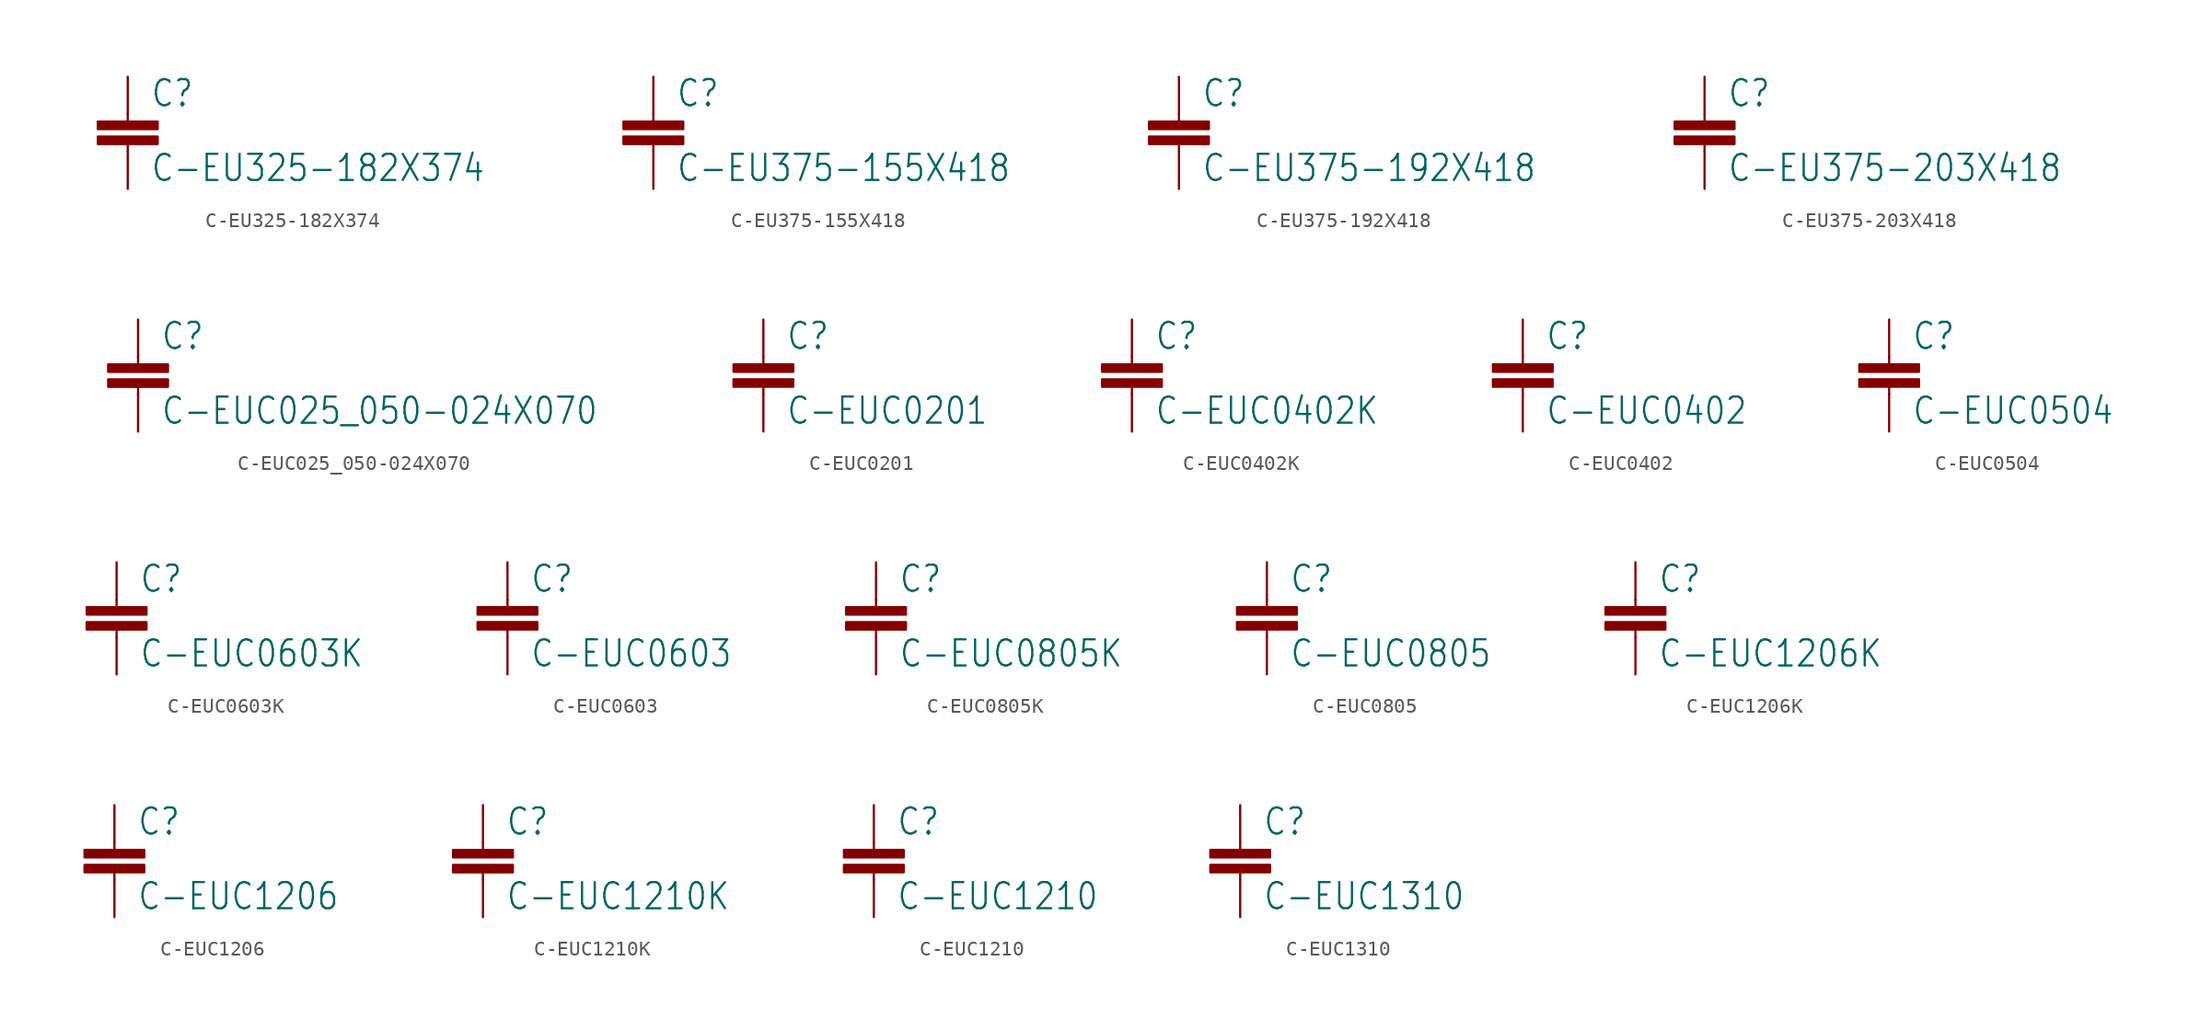
<source format=kicad_sym>
(kicad_symbol_lib
  (version 20200126)
  (host kicad_symbol_editor "5.99.0-unknown-aa7ce74~88~ubuntu18.04.1")
  (symbol "C-EU325-182X374"
    (property "Reference" "C"
      (at 1.524 0.381 0)
      (effects (font (size 1.778 1.511)) (justify left bottom)))
    (property "Value" "C-EU325-182X374"
      (at 1.524 -4.699 0)
      (effects (font (size 1.778 1.511)) (justify left bottom)))
    (property "ki_locked" ""
      (at 0 0 0)
      (effects (font (size 1.27 1.27))))
    (symbol "C-EU325-182X374_1_0"
      (rectangle (start -2.032 -2.032) (end 2.032 -1.524) (stroke (width 0)) (fill (type outline)))
      (rectangle (start -2.032 -1.016) (end 2.032 -0.508) (stroke (width 0)) (fill (type outline)))
      (polyline (pts (xy 0 0) (xy 0 -0.508)) (stroke (width 0.152)) (fill (type none)))
      (polyline (pts (xy 0 -2.54) (xy 0 -2.032)) (stroke (width 0.152)) (fill (type none)))
      (pin passive line (at 0 2.54 270) (length 2.54) (name "1" (effects (font (size 0 0)))) (number "1" (effects (font (size 0 0)))))
      (pin passive line (at 0 -5.08 90) (length 2.54) (name "2" (effects (font (size 0 0)))) (number "2" (effects (font (size 0 0)))))))
  (symbol "C-EU375-155X418"
    (property "Reference" "C"
      (at 1.524 0.381 0)
      (effects (font (size 1.778 1.511)) (justify left bottom)))
    (property "Value" "C-EU375-155X418"
      (at 1.524 -4.699 0)
      (effects (font (size 1.778 1.511)) (justify left bottom)))
    (property "ki_locked" ""
      (at 0 0 0)
      (effects (font (size 1.27 1.27))))
    (symbol "C-EU375-155X418_1_0"
      (rectangle (start -2.032 -2.032) (end 2.032 -1.524) (stroke (width 0)) (fill (type outline)))
      (rectangle (start -2.032 -1.016) (end 2.032 -0.508) (stroke (width 0)) (fill (type outline)))
      (polyline (pts (xy 0 0) (xy 0 -0.508)) (stroke (width 0.152)) (fill (type none)))
      (polyline (pts (xy 0 -2.54) (xy 0 -2.032)) (stroke (width 0.152)) (fill (type none)))
      (pin passive line (at 0 2.54 270) (length 2.54) (name "1" (effects (font (size 0 0)))) (number "1" (effects (font (size 0 0)))))
      (pin passive line (at 0 -5.08 90) (length 2.54) (name "2" (effects (font (size 0 0)))) (number "2" (effects (font (size 0 0)))))))
  (symbol "C-EU375-192X418"
    (property "Reference" "C"
      (at 1.524 0.381 0)
      (effects (font (size 1.778 1.511)) (justify left bottom)))
    (property "Value" "C-EU375-192X418"
      (at 1.524 -4.699 0)
      (effects (font (size 1.778 1.511)) (justify left bottom)))
    (property "ki_locked" ""
      (at 0 0 0)
      (effects (font (size 1.27 1.27))))
    (symbol "C-EU375-192X418_1_0"
      (rectangle (start -2.032 -2.032) (end 2.032 -1.524) (stroke (width 0)) (fill (type outline)))
      (rectangle (start -2.032 -1.016) (end 2.032 -0.508) (stroke (width 0)) (fill (type outline)))
      (polyline (pts (xy 0 0) (xy 0 -0.508)) (stroke (width 0.152)) (fill (type none)))
      (polyline (pts (xy 0 -2.54) (xy 0 -2.032)) (stroke (width 0.152)) (fill (type none)))
      (pin passive line (at 0 2.54 270) (length 2.54) (name "1" (effects (font (size 0 0)))) (number "1" (effects (font (size 0 0)))))
      (pin passive line (at 0 -5.08 90) (length 2.54) (name "2" (effects (font (size 0 0)))) (number "2" (effects (font (size 0 0)))))))
  (symbol "C-EU375-203X418"
    (property "Reference" "C"
      (at 1.524 0.381 0)
      (effects (font (size 1.778 1.511)) (justify left bottom)))
    (property "Value" "C-EU375-203X418"
      (at 1.524 -4.699 0)
      (effects (font (size 1.778 1.511)) (justify left bottom)))
    (property "ki_locked" ""
      (at 0 0 0)
      (effects (font (size 1.27 1.27))))
    (symbol "C-EU375-203X418_1_0"
      (rectangle (start -2.032 -2.032) (end 2.032 -1.524) (stroke (width 0)) (fill (type outline)))
      (rectangle (start -2.032 -1.016) (end 2.032 -0.508) (stroke (width 0)) (fill (type outline)))
      (polyline (pts (xy 0 0) (xy 0 -0.508)) (stroke (width 0.152)) (fill (type none)))
      (polyline (pts (xy 0 -2.54) (xy 0 -2.032)) (stroke (width 0.152)) (fill (type none)))
      (pin passive line (at 0 2.54 270) (length 2.54) (name "1" (effects (font (size 0 0)))) (number "1" (effects (font (size 0 0)))))
      (pin passive line (at 0 -5.08 90) (length 2.54) (name "2" (effects (font (size 0 0)))) (number "2" (effects (font (size 0 0)))))))
  (symbol "C-EUC025_050-024X070"
    (property "Reference" "C"
      (at 1.524 0.381 0)
      (effects (font (size 1.778 1.511)) (justify left bottom)))
    (property "Value" "C-EUC025_050-024X070"
      (at 1.524 -4.699 0)
      (effects (font (size 1.778 1.511)) (justify left bottom)))
    (property "ki_locked" ""
      (at 0 0 0)
      (effects (font (size 1.27 1.27))))
    (symbol "C-EUC025_050-024X070_1_0"
      (rectangle (start -2.032 -2.032) (end 2.032 -1.524) (stroke (width 0)) (fill (type outline)))
      (rectangle (start -2.032 -1.016) (end 2.032 -0.508) (stroke (width 0)) (fill (type outline)))
      (polyline (pts (xy 0 0) (xy 0 -0.508)) (stroke (width 0.152)) (fill (type none)))
      (polyline (pts (xy 0 -2.54) (xy 0 -2.032)) (stroke (width 0.152)) (fill (type none)))
      (pin passive line (at 0 2.54 270) (length 2.54) (name "1" (effects (font (size 0 0)))) (number "1" (effects (font (size 0 0)))))
      (pin passive line (at 0 -5.08 90) (length 2.54) (name "2" (effects (font (size 0 0)))) (number "2" (effects (font (size 0 0)))))))
  (symbol "C-EUC0201"
    (property "Reference" "C"
      (at 1.524 0.381 0)
      (effects (font (size 1.778 1.511)) (justify left bottom)))
    (property "Value" "C-EUC0201"
      (at 1.524 -4.699 0)
      (effects (font (size 1.778 1.511)) (justify left bottom)))
    (property "ki_locked" ""
      (at 0 0 0)
      (effects (font (size 1.27 1.27))))
    (symbol "C-EUC0201_1_0"
      (rectangle (start -2.032 -2.032) (end 2.032 -1.524) (stroke (width 0)) (fill (type outline)))
      (rectangle (start -2.032 -1.016) (end 2.032 -0.508) (stroke (width 0)) (fill (type outline)))
      (polyline (pts (xy 0 0) (xy 0 -0.508)) (stroke (width 0.152)) (fill (type none)))
      (polyline (pts (xy 0 -2.54) (xy 0 -2.032)) (stroke (width 0.152)) (fill (type none)))
      (pin passive line (at 0 2.54 270) (length 2.54) (name "1" (effects (font (size 0 0)))) (number "1" (effects (font (size 0 0)))))
      (pin passive line (at 0 -5.08 90) (length 2.54) (name "2" (effects (font (size 0 0)))) (number "2" (effects (font (size 0 0)))))))
  (symbol "C-EUC0402K"
    (property "Reference" "C"
      (at 1.524 0.381 0)
      (effects (font (size 1.778 1.511)) (justify left bottom)))
    (property "Value" "C-EUC0402K"
      (at 1.524 -4.699 0)
      (effects (font (size 1.778 1.511)) (justify left bottom)))
    (property "ki_locked" ""
      (at 0 0 0)
      (effects (font (size 1.27 1.27))))
    (symbol "C-EUC0402K_1_0"
      (rectangle (start -2.032 -2.032) (end 2.032 -1.524) (stroke (width 0)) (fill (type outline)))
      (rectangle (start -2.032 -1.016) (end 2.032 -0.508) (stroke (width 0)) (fill (type outline)))
      (polyline (pts (xy 0 0) (xy 0 -0.508)) (stroke (width 0.152)) (fill (type none)))
      (polyline (pts (xy 0 -2.54) (xy 0 -2.032)) (stroke (width 0.152)) (fill (type none)))
      (pin passive line (at 0 2.54 270) (length 2.54) (name "1" (effects (font (size 0 0)))) (number "1" (effects (font (size 0 0)))))
      (pin passive line (at 0 -5.08 90) (length 2.54) (name "2" (effects (font (size 0 0)))) (number "2" (effects (font (size 0 0)))))))
  (symbol "C-EUC0402"
    (property "Reference" "C"
      (at 1.524 0.381 0)
      (effects (font (size 1.778 1.511)) (justify left bottom)))
    (property "Value" "C-EUC0402"
      (at 1.524 -4.699 0)
      (effects (font (size 1.778 1.511)) (justify left bottom)))
    (property "ki_locked" ""
      (at 0 0 0)
      (effects (font (size 1.27 1.27))))
    (symbol "C-EUC0402_1_0"
      (rectangle (start -2.032 -2.032) (end 2.032 -1.524) (stroke (width 0)) (fill (type outline)))
      (rectangle (start -2.032 -1.016) (end 2.032 -0.508) (stroke (width 0)) (fill (type outline)))
      (polyline (pts (xy 0 0) (xy 0 -0.508)) (stroke (width 0.152)) (fill (type none)))
      (polyline (pts (xy 0 -2.54) (xy 0 -2.032)) (stroke (width 0.152)) (fill (type none)))
      (pin passive line (at 0 2.54 270) (length 2.54) (name "1" (effects (font (size 0 0)))) (number "1" (effects (font (size 0 0)))))
      (pin passive line (at 0 -5.08 90) (length 2.54) (name "2" (effects (font (size 0 0)))) (number "2" (effects (font (size 0 0)))))))
  (symbol "C-EUC0504"
    (property "Reference" "C"
      (at 1.524 0.381 0)
      (effects (font (size 1.778 1.511)) (justify left bottom)))
    (property "Value" "C-EUC0504"
      (at 1.524 -4.699 0)
      (effects (font (size 1.778 1.511)) (justify left bottom)))
    (property "ki_locked" ""
      (at 0 0 0)
      (effects (font (size 1.27 1.27))))
    (symbol "C-EUC0504_1_0"
      (rectangle (start -2.032 -2.032) (end 2.032 -1.524) (stroke (width 0)) (fill (type outline)))
      (rectangle (start -2.032 -1.016) (end 2.032 -0.508) (stroke (width 0)) (fill (type outline)))
      (polyline (pts (xy 0 0) (xy 0 -0.508)) (stroke (width 0.152)) (fill (type none)))
      (polyline (pts (xy 0 -2.54) (xy 0 -2.032)) (stroke (width 0.152)) (fill (type none)))
      (pin passive line (at 0 2.54 270) (length 2.54) (name "1" (effects (font (size 0 0)))) (number "1" (effects (font (size 0 0)))))
      (pin passive line (at 0 -5.08 90) (length 2.54) (name "2" (effects (font (size 0 0)))) (number "2" (effects (font (size 0 0)))))))
  (symbol "C-EUC0603K"
    (property "Reference" "C"
      (at 1.524 0.381 0)
      (effects (font (size 1.778 1.511)) (justify left bottom)))
    (property "Value" "C-EUC0603K"
      (at 1.524 -4.699 0)
      (effects (font (size 1.778 1.511)) (justify left bottom)))
    (property "ki_locked" ""
      (at 0 0 0)
      (effects (font (size 1.27 1.27))))
    (symbol "C-EUC0603K_1_0"
      (rectangle (start -2.032 -2.032) (end 2.032 -1.524) (stroke (width 0)) (fill (type outline)))
      (rectangle (start -2.032 -1.016) (end 2.032 -0.508) (stroke (width 0)) (fill (type outline)))
      (polyline (pts (xy 0 0) (xy 0 -0.508)) (stroke (width 0.152)) (fill (type none)))
      (polyline (pts (xy 0 -2.54) (xy 0 -2.032)) (stroke (width 0.152)) (fill (type none)))
      (pin passive line (at 0 2.54 270) (length 2.54) (name "1" (effects (font (size 0 0)))) (number "1" (effects (font (size 0 0)))))
      (pin passive line (at 0 -5.08 90) (length 2.54) (name "2" (effects (font (size 0 0)))) (number "2" (effects (font (size 0 0)))))))
  (symbol "C-EUC0603"
    (property "Reference" "C"
      (at 1.524 0.381 0)
      (effects (font (size 1.778 1.511)) (justify left bottom)))
    (property "Value" "C-EUC0603"
      (at 1.524 -4.699 0)
      (effects (font (size 1.778 1.511)) (justify left bottom)))
    (property "ki_locked" ""
      (at 0 0 0)
      (effects (font (size 1.27 1.27))))
    (symbol "C-EUC0603_1_0"
      (rectangle (start -2.032 -2.032) (end 2.032 -1.524) (stroke (width 0)) (fill (type outline)))
      (rectangle (start -2.032 -1.016) (end 2.032 -0.508) (stroke (width 0)) (fill (type outline)))
      (polyline (pts (xy 0 0) (xy 0 -0.508)) (stroke (width 0.152)) (fill (type none)))
      (polyline (pts (xy 0 -2.54) (xy 0 -2.032)) (stroke (width 0.152)) (fill (type none)))
      (pin passive line (at 0 2.54 270) (length 2.54) (name "1" (effects (font (size 0 0)))) (number "1" (effects (font (size 0 0)))))
      (pin passive line (at 0 -5.08 90) (length 2.54) (name "2" (effects (font (size 0 0)))) (number "2" (effects (font (size 0 0)))))))
  (symbol "C-EUC0805K"
    (property "Reference" "C"
      (at 1.524 0.381 0)
      (effects (font (size 1.778 1.511)) (justify left bottom)))
    (property "Value" "C-EUC0805K"
      (at 1.524 -4.699 0)
      (effects (font (size 1.778 1.511)) (justify left bottom)))
    (property "ki_locked" ""
      (at 0 0 0)
      (effects (font (size 1.27 1.27))))
    (symbol "C-EUC0805K_1_0"
      (rectangle (start -2.032 -2.032) (end 2.032 -1.524) (stroke (width 0)) (fill (type outline)))
      (rectangle (start -2.032 -1.016) (end 2.032 -0.508) (stroke (width 0)) (fill (type outline)))
      (polyline (pts (xy 0 0) (xy 0 -0.508)) (stroke (width 0.152)) (fill (type none)))
      (polyline (pts (xy 0 -2.54) (xy 0 -2.032)) (stroke (width 0.152)) (fill (type none)))
      (pin passive line (at 0 2.54 270) (length 2.54) (name "1" (effects (font (size 0 0)))) (number "1" (effects (font (size 0 0)))))
      (pin passive line (at 0 -5.08 90) (length 2.54) (name "2" (effects (font (size 0 0)))) (number "2" (effects (font (size 0 0)))))))
  (symbol "C-EUC0805"
    (property "Reference" "C"
      (at 1.524 0.381 0)
      (effects (font (size 1.778 1.511)) (justify left bottom)))
    (property "Value" "C-EUC0805"
      (at 1.524 -4.699 0)
      (effects (font (size 1.778 1.511)) (justify left bottom)))
    (property "ki_locked" ""
      (at 0 0 0)
      (effects (font (size 1.27 1.27))))
    (symbol "C-EUC0805_1_0"
      (rectangle (start -2.032 -2.032) (end 2.032 -1.524) (stroke (width 0)) (fill (type outline)))
      (rectangle (start -2.032 -1.016) (end 2.032 -0.508) (stroke (width 0)) (fill (type outline)))
      (polyline (pts (xy 0 0) (xy 0 -0.508)) (stroke (width 0.152)) (fill (type none)))
      (polyline (pts (xy 0 -2.54) (xy 0 -2.032)) (stroke (width 0.152)) (fill (type none)))
      (pin passive line (at 0 2.54 270) (length 2.54) (name "1" (effects (font (size 0 0)))) (number "1" (effects (font (size 0 0)))))
      (pin passive line (at 0 -5.08 90) (length 2.54) (name "2" (effects (font (size 0 0)))) (number "2" (effects (font (size 0 0)))))))
  (symbol "C-EUC1206K"
    (property "Reference" "C"
      (at 1.524 0.381 0)
      (effects (font (size 1.778 1.511)) (justify left bottom)))
    (property "Value" "C-EUC1206K"
      (at 1.524 -4.699 0)
      (effects (font (size 1.778 1.511)) (justify left bottom)))
    (property "ki_locked" ""
      (at 0 0 0)
      (effects (font (size 1.27 1.27))))
    (symbol "C-EUC1206K_1_0"
      (rectangle (start -2.032 -2.032) (end 2.032 -1.524) (stroke (width 0)) (fill (type outline)))
      (rectangle (start -2.032 -1.016) (end 2.032 -0.508) (stroke (width 0)) (fill (type outline)))
      (polyline (pts (xy 0 0) (xy 0 -0.508)) (stroke (width 0.152)) (fill (type none)))
      (polyline (pts (xy 0 -2.54) (xy 0 -2.032)) (stroke (width 0.152)) (fill (type none)))
      (pin passive line (at 0 2.54 270) (length 2.54) (name "1" (effects (font (size 0 0)))) (number "1" (effects (font (size 0 0)))))
      (pin passive line (at 0 -5.08 90) (length 2.54) (name "2" (effects (font (size 0 0)))) (number "2" (effects (font (size 0 0)))))))
  (symbol "C-EUC1206"
    (property "Reference" "C"
      (at 1.524 0.381 0)
      (effects (font (size 1.778 1.511)) (justify left bottom)))
    (property "Value" "C-EUC1206"
      (at 1.524 -4.699 0)
      (effects (font (size 1.778 1.511)) (justify left bottom)))
    (property "ki_locked" ""
      (at 0 0 0)
      (effects (font (size 1.27 1.27))))
    (symbol "C-EUC1206_1_0"
      (rectangle (start -2.032 -2.032) (end 2.032 -1.524) (stroke (width 0)) (fill (type outline)))
      (rectangle (start -2.032 -1.016) (end 2.032 -0.508) (stroke (width 0)) (fill (type outline)))
      (polyline (pts (xy 0 0) (xy 0 -0.508)) (stroke (width 0.152)) (fill (type none)))
      (polyline (pts (xy 0 -2.54) (xy 0 -2.032)) (stroke (width 0.152)) (fill (type none)))
      (pin passive line (at 0 2.54 270) (length 2.54) (name "1" (effects (font (size 0 0)))) (number "1" (effects (font (size 0 0)))))
      (pin passive line (at 0 -5.08 90) (length 2.54) (name "2" (effects (font (size 0 0)))) (number "2" (effects (font (size 0 0)))))))
  (symbol "C-EUC1210K"
    (property "Reference" "C"
      (at 1.524 0.381 0)
      (effects (font (size 1.778 1.511)) (justify left bottom)))
    (property "Value" "C-EUC1210K"
      (at 1.524 -4.699 0)
      (effects (font (size 1.778 1.511)) (justify left bottom)))
    (property "ki_locked" ""
      (at 0 0 0)
      (effects (font (size 1.27 1.27))))
    (symbol "C-EUC1210K_1_0"
      (rectangle (start -2.032 -2.032) (end 2.032 -1.524) (stroke (width 0)) (fill (type outline)))
      (rectangle (start -2.032 -1.016) (end 2.032 -0.508) (stroke (width 0)) (fill (type outline)))
      (polyline (pts (xy 0 0) (xy 0 -0.508)) (stroke (width 0.152)) (fill (type none)))
      (polyline (pts (xy 0 -2.54) (xy 0 -2.032)) (stroke (width 0.152)) (fill (type none)))
      (pin passive line (at 0 2.54 270) (length 2.54) (name "1" (effects (font (size 0 0)))) (number "1" (effects (font (size 0 0)))))
      (pin passive line (at 0 -5.08 90) (length 2.54) (name "2" (effects (font (size 0 0)))) (number "2" (effects (font (size 0 0)))))))
  (symbol "C-EUC1210"
    (property "Reference" "C"
      (at 1.524 0.381 0)
      (effects (font (size 1.778 1.511)) (justify left bottom)))
    (property "Value" "C-EUC1210"
      (at 1.524 -4.699 0)
      (effects (font (size 1.778 1.511)) (justify left bottom)))
    (property "ki_locked" ""
      (at 0 0 0)
      (effects (font (size 1.27 1.27))))
    (symbol "C-EUC1210_1_0"
      (rectangle (start -2.032 -2.032) (end 2.032 -1.524) (stroke (width 0)) (fill (type outline)))
      (rectangle (start -2.032 -1.016) (end 2.032 -0.508) (stroke (width 0)) (fill (type outline)))
      (polyline (pts (xy 0 0) (xy 0 -0.508)) (stroke (width 0.152)) (fill (type none)))
      (polyline (pts (xy 0 -2.54) (xy 0 -2.032)) (stroke (width 0.152)) (fill (type none)))
      (pin passive line (at 0 2.54 270) (length 2.54) (name "1" (effects (font (size 0 0)))) (number "1" (effects (font (size 0 0)))))
      (pin passive line (at 0 -5.08 90) (length 2.54) (name "2" (effects (font (size 0 0)))) (number "2" (effects (font (size 0 0)))))))
  (symbol "C-EUC1310"
    (property "Reference" "C"
      (at 1.524 0.381 0)
      (effects (font (size 1.778 1.511)) (justify left bottom)))
    (property "Value" "C-EUC1310"
      (at 1.524 -4.699 0)
      (effects (font (size 1.778 1.511)) (justify left bottom)))
    (property "ki_locked" ""
      (at 0 0 0)
      (effects (font (size 1.27 1.27))))
    (symbol "C-EUC1310_1_0"
      (rectangle (start -2.032 -2.032) (end 2.032 -1.524) (stroke (width 0)) (fill (type outline)))
      (rectangle (start -2.032 -1.016) (end 2.032 -0.508) (stroke (width 0)) (fill (type outline)))
      (polyline (pts (xy 0 0) (xy 0 -0.508)) (stroke (width 0.152)) (fill (type none)))
      (polyline (pts (xy 0 -2.54) (xy 0 -2.032)) (stroke (width 0.152)) (fill (type none)))
      (pin passive line (at 0 2.54 270) (length 2.54) (name "1" (effects (font (size 0 0)))) (number "1" (effects (font (size 0 0)))))
      (pin passive line (at 0 -5.08 90) (length 2.54) (name "2" (effects (font (size 0 0)))) (number "2" (effects (font (size 0 0))))))))
</source>
